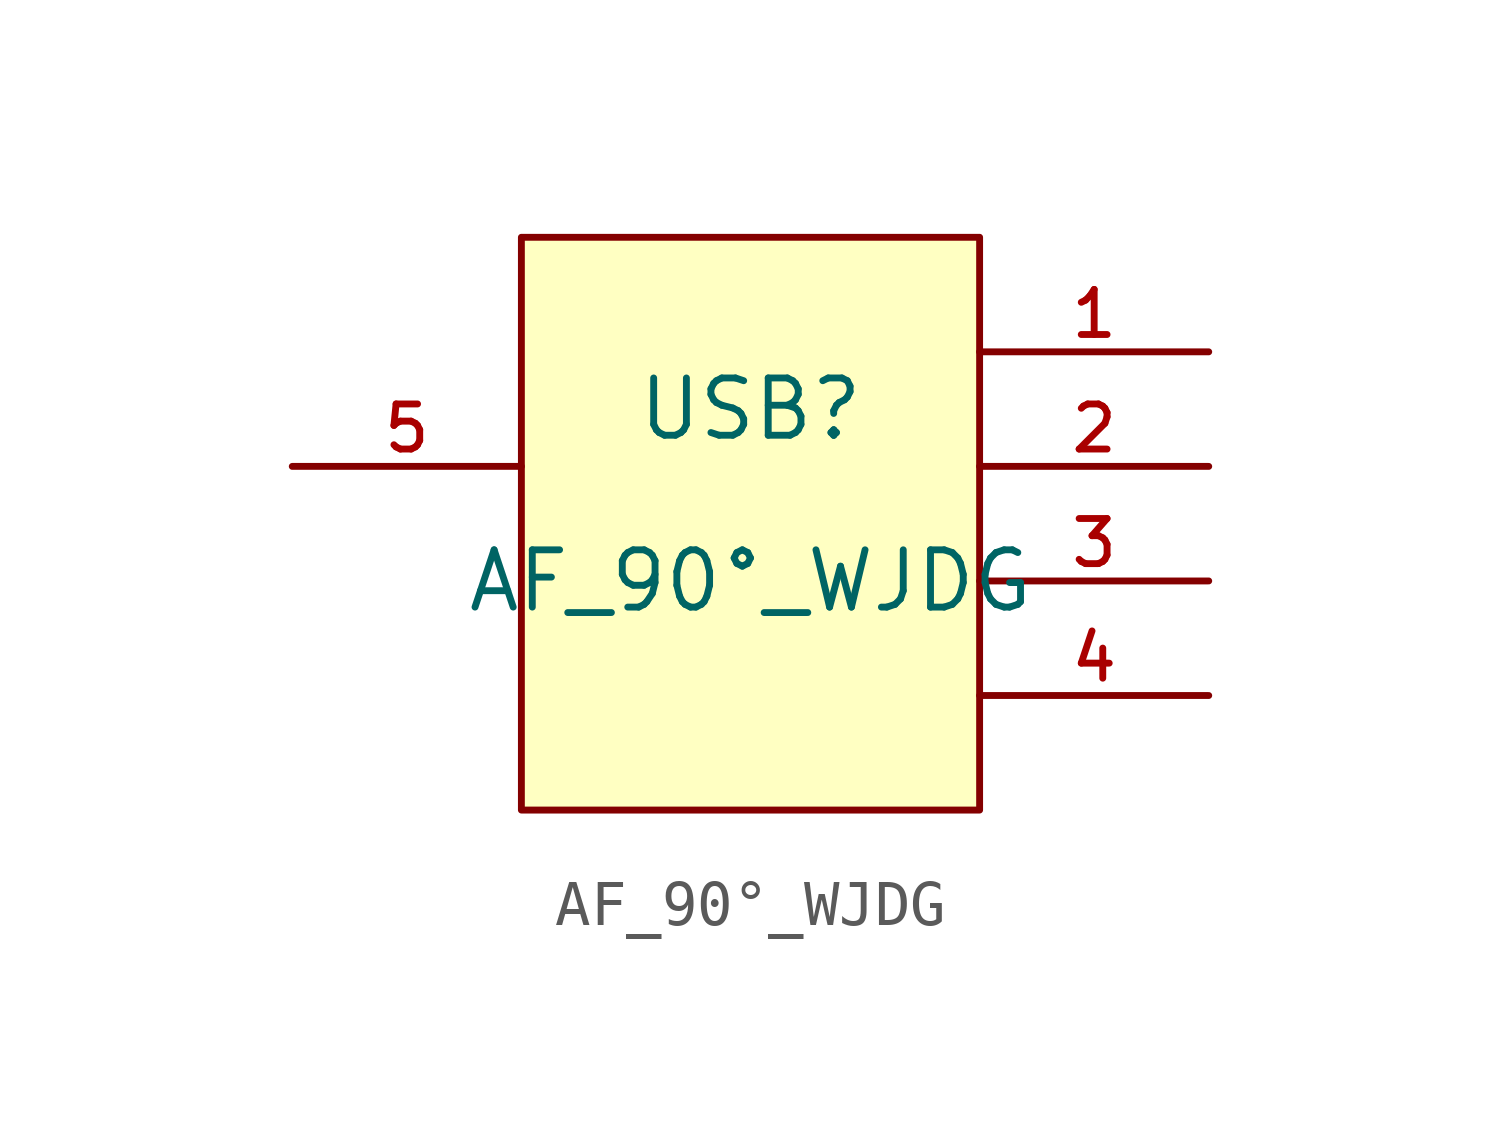
<source format=kicad_sym>
(kicad_symbol_lib
  (version 20220914)
  (generator kicad_symbol_editor)
  (symbol "AF_90°_WJDG"
    (pin_names hide)
    (property "Reference" "USB"
      (at 0 1.27 0)
      (effects (font (size 1.27 1.27))))
    (property "Value" "AF_90°_WJDG"
      (at 0 -2.54 0)
      (effects (font (size 1.27 1.27))))
    (symbol "AF_90°_WJDG_0_1"
      (pin unspecified line (at -10.16 -0.0 0) (length 5.08) (name "SHLD" (effects (font (size 1 1)))) (number "5" (effects (font (size 1 1)))))
      (pin input line (at 10.16 -5.08 180) (length 5.08) (name "GND" (effects (font (size 1 1)))) (number "4" (effects (font (size 1 1)))))
      (pin input line (at 10.16 -2.54 180) (length 5.08) (name "D+" (effects (font (size 1 1)))) (number "3" (effects (font (size 1 1)))))
      (pin input line (at 10.16 -0.0 180) (length 5.08) (name "D-" (effects (font (size 1 1)))) (number "2" (effects (font (size 1 1)))))
      (pin input line (at 10.16 2.54 180) (length 5.08) (name "VCC" (effects (font (size 1 1)))) (number "1" (effects (font (size 1 1)))))
      (rectangle (start -5.08 5.08) (end 5.08 -7.62) (stroke (width 0) (type default) (color 0 0 0 0)) (fill (type background))))))
</source>
